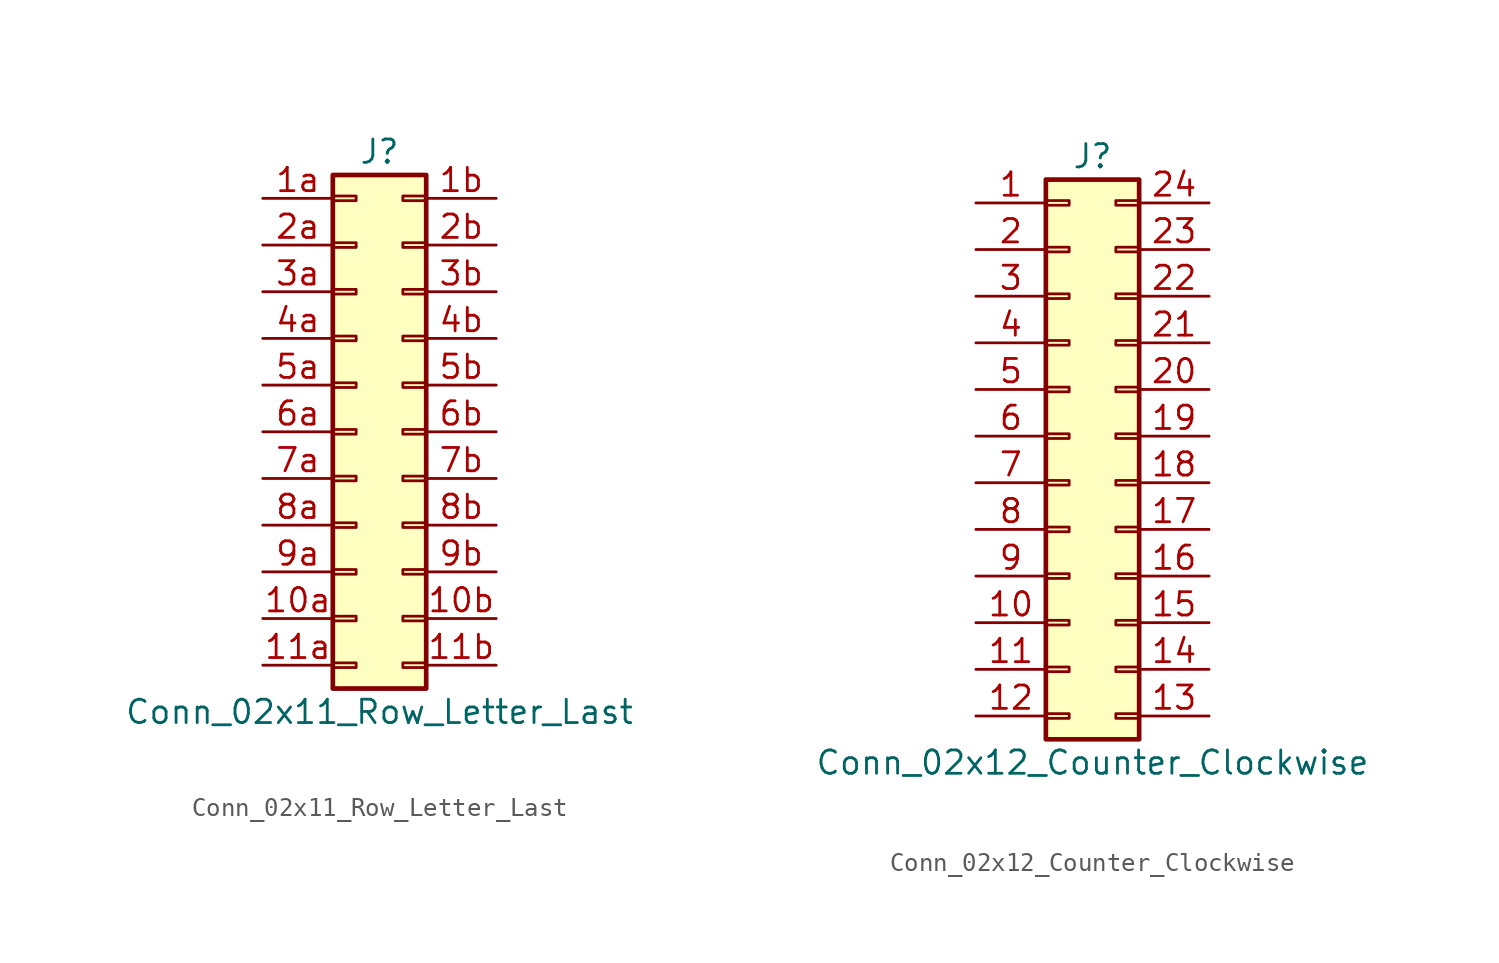
<source format=kicad_sym>
(kicad_symbol_lib
  (version 20211014)
  (generator kicad_symbol_editor)
  (symbol "Conn_02x11_Row_Letter_Last"
    (pin_names
      (offset 1.016) hide)
    (property "Reference" "J"
      (at 1.27 15.24 0)
      (effects (font (size 1.27 1.27))))
    (property "Value" "Conn_02x11_Row_Letter_Last"
      (at 1.27 -15.24 0)
      (effects (font (size 1.27 1.27))))
    (symbol "Conn_02x11_Row_Letter_Last_1_1"
      (rectangle (start -1.27 -12.573) (end 0 -12.827) (stroke (width 0.152) (type default) (color 0 0 0 0)) (fill (type none)))
      (rectangle (start -1.27 -10.033) (end 0 -10.287) (stroke (width 0.152) (type default) (color 0 0 0 0)) (fill (type none)))
      (rectangle (start -1.27 -7.493) (end 0 -7.747) (stroke (width 0.152) (type default) (color 0 0 0 0)) (fill (type none)))
      (rectangle (start -1.27 -4.953) (end 0 -5.207) (stroke (width 0.152) (type default) (color 0 0 0 0)) (fill (type none)))
      (rectangle (start -1.27 -2.413) (end 0 -2.667) (stroke (width 0.152) (type default) (color 0 0 0 0)) (fill (type none)))
      (rectangle (start -1.27 0.127) (end 0 -0.127) (stroke (width 0.152) (type default) (color 0 0 0 0)) (fill (type none)))
      (rectangle (start -1.27 2.667) (end 0 2.413) (stroke (width 0.152) (type default) (color 0 0 0 0)) (fill (type none)))
      (rectangle (start -1.27 5.207) (end 0 4.953) (stroke (width 0.152) (type default) (color 0 0 0 0)) (fill (type none)))
      (rectangle (start -1.27 7.747) (end 0 7.493) (stroke (width 0.152) (type default) (color 0 0 0 0)) (fill (type none)))
      (rectangle (start -1.27 10.287) (end 0 10.033) (stroke (width 0.152) (type default) (color 0 0 0 0)) (fill (type none)))
      (rectangle (start -1.27 12.827) (end 0 12.573) (stroke (width 0.152) (type default) (color 0 0 0 0)) (fill (type none)))
      (rectangle (start -1.27 13.97) (end 3.81 -13.97) (stroke (width 0.254) (type default) (color 0 0 0 0)) (fill (type background)))
      (rectangle (start 3.81 -12.573) (end 2.54 -12.827) (stroke (width 0.152) (type default) (color 0 0 0 0)) (fill (type none)))
      (rectangle (start 3.81 -10.033) (end 2.54 -10.287) (stroke (width 0.152) (type default) (color 0 0 0 0)) (fill (type none)))
      (rectangle (start 3.81 -7.493) (end 2.54 -7.747) (stroke (width 0.152) (type default) (color 0 0 0 0)) (fill (type none)))
      (rectangle (start 3.81 -4.953) (end 2.54 -5.207) (stroke (width 0.152) (type default) (color 0 0 0 0)) (fill (type none)))
      (rectangle (start 3.81 -2.413) (end 2.54 -2.667) (stroke (width 0.152) (type default) (color 0 0 0 0)) (fill (type none)))
      (rectangle (start 3.81 0.127) (end 2.54 -0.127) (stroke (width 0.152) (type default) (color 0 0 0 0)) (fill (type none)))
      (rectangle (start 3.81 2.667) (end 2.54 2.413) (stroke (width 0.152) (type default) (color 0 0 0 0)) (fill (type none)))
      (rectangle (start 3.81 5.207) (end 2.54 4.953) (stroke (width 0.152) (type default) (color 0 0 0 0)) (fill (type none)))
      (rectangle (start 3.81 7.747) (end 2.54 7.493) (stroke (width 0.152) (type default) (color 0 0 0 0)) (fill (type none)))
      (rectangle (start 3.81 10.287) (end 2.54 10.033) (stroke (width 0.152) (type default) (color 0 0 0 0)) (fill (type none)))
      (rectangle (start 3.81 12.827) (end 2.54 12.573) (stroke (width 0.152) (type default) (color 0 0 0 0)) (fill (type none)))
      (pin passive line (at -5.08 -10.16 0) (length 3.81) (name "Pin_10a" (effects (font (size 1.27 1.27)))) (number "10a" (effects (font (size 1.27 1.27)))))
      (pin passive line (at 7.62 -10.16 180) (length 3.81) (name "Pin_10b" (effects (font (size 1.27 1.27)))) (number "10b" (effects (font (size 1.27 1.27)))))
      (pin passive line (at -5.08 -12.7 0) (length 3.81) (name "Pin_11a" (effects (font (size 1.27 1.27)))) (number "11a" (effects (font (size 1.27 1.27)))))
      (pin passive line (at 7.62 -12.7 180) (length 3.81) (name "Pin_11b" (effects (font (size 1.27 1.27)))) (number "11b" (effects (font (size 1.27 1.27)))))
      (pin passive line (at -5.08 12.7 0) (length 3.81) (name "Pin_1a" (effects (font (size 1.27 1.27)))) (number "1a" (effects (font (size 1.27 1.27)))))
      (pin passive line (at 7.62 12.7 180) (length 3.81) (name "Pin_1b" (effects (font (size 1.27 1.27)))) (number "1b" (effects (font (size 1.27 1.27)))))
      (pin passive line (at -5.08 10.16 0) (length 3.81) (name "Pin_2a" (effects (font (size 1.27 1.27)))) (number "2a" (effects (font (size 1.27 1.27)))))
      (pin passive line (at 7.62 10.16 180) (length 3.81) (name "Pin_2b" (effects (font (size 1.27 1.27)))) (number "2b" (effects (font (size 1.27 1.27)))))
      (pin passive line (at -5.08 7.62 0) (length 3.81) (name "Pin_3a" (effects (font (size 1.27 1.27)))) (number "3a" (effects (font (size 1.27 1.27)))))
      (pin passive line (at 7.62 7.62 180) (length 3.81) (name "Pin_3b" (effects (font (size 1.27 1.27)))) (number "3b" (effects (font (size 1.27 1.27)))))
      (pin passive line (at -5.08 5.08 0) (length 3.81) (name "Pin_4a" (effects (font (size 1.27 1.27)))) (number "4a" (effects (font (size 1.27 1.27)))))
      (pin passive line (at 7.62 5.08 180) (length 3.81) (name "Pin_4b" (effects (font (size 1.27 1.27)))) (number "4b" (effects (font (size 1.27 1.27)))))
      (pin passive line (at -5.08 2.54 0) (length 3.81) (name "Pin_5a" (effects (font (size 1.27 1.27)))) (number "5a" (effects (font (size 1.27 1.27)))))
      (pin passive line (at 7.62 2.54 180) (length 3.81) (name "Pin_5b" (effects (font (size 1.27 1.27)))) (number "5b" (effects (font (size 1.27 1.27)))))
      (pin passive line (at -5.08 0 0) (length 3.81) (name "Pin_6a" (effects (font (size 1.27 1.27)))) (number "6a" (effects (font (size 1.27 1.27)))))
      (pin passive line (at 7.62 0 180) (length 3.81) (name "Pin_6b" (effects (font (size 1.27 1.27)))) (number "6b" (effects (font (size 1.27 1.27)))))
      (pin passive line (at -5.08 -2.54 0) (length 3.81) (name "Pin_7a" (effects (font (size 1.27 1.27)))) (number "7a" (effects (font (size 1.27 1.27)))))
      (pin passive line (at 7.62 -2.54 180) (length 3.81) (name "Pin_7b" (effects (font (size 1.27 1.27)))) (number "7b" (effects (font (size 1.27 1.27)))))
      (pin passive line (at -5.08 -5.08 0) (length 3.81) (name "Pin_8a" (effects (font (size 1.27 1.27)))) (number "8a" (effects (font (size 1.27 1.27)))))
      (pin passive line (at 7.62 -5.08 180) (length 3.81) (name "Pin_8b" (effects (font (size 1.27 1.27)))) (number "8b" (effects (font (size 1.27 1.27)))))
      (pin passive line (at -5.08 -7.62 0) (length 3.81) (name "Pin_9a" (effects (font (size 1.27 1.27)))) (number "9a" (effects (font (size 1.27 1.27)))))
      (pin passive line (at 7.62 -7.62 180) (length 3.81) (name "Pin_9b" (effects (font (size 1.27 1.27)))) (number "9b" (effects (font (size 1.27 1.27)))))))
  (symbol "Conn_02x12_Counter_Clockwise"
    (pin_names
      (offset 1.016) hide)
    (property "Reference" "J"
      (at 1.27 15.24 0)
      (effects (font (size 1.27 1.27))))
    (property "Value" "Conn_02x12_Counter_Clockwise"
      (at 1.27 -17.78 0)
      (effects (font (size 1.27 1.27))))
    (symbol "Conn_02x12_Counter_Clockwise_1_1"
      (rectangle (start -1.27 -15.113) (end 0 -15.367) (stroke (width 0.152) (type default) (color 0 0 0 0)) (fill (type none)))
      (rectangle (start -1.27 -12.573) (end 0 -12.827) (stroke (width 0.152) (type default) (color 0 0 0 0)) (fill (type none)))
      (rectangle (start -1.27 -10.033) (end 0 -10.287) (stroke (width 0.152) (type default) (color 0 0 0 0)) (fill (type none)))
      (rectangle (start -1.27 -7.493) (end 0 -7.747) (stroke (width 0.152) (type default) (color 0 0 0 0)) (fill (type none)))
      (rectangle (start -1.27 -4.953) (end 0 -5.207) (stroke (width 0.152) (type default) (color 0 0 0 0)) (fill (type none)))
      (rectangle (start -1.27 -2.413) (end 0 -2.667) (stroke (width 0.152) (type default) (color 0 0 0 0)) (fill (type none)))
      (rectangle (start -1.27 0.127) (end 0 -0.127) (stroke (width 0.152) (type default) (color 0 0 0 0)) (fill (type none)))
      (rectangle (start -1.27 2.667) (end 0 2.413) (stroke (width 0.152) (type default) (color 0 0 0 0)) (fill (type none)))
      (rectangle (start -1.27 5.207) (end 0 4.953) (stroke (width 0.152) (type default) (color 0 0 0 0)) (fill (type none)))
      (rectangle (start -1.27 7.747) (end 0 7.493) (stroke (width 0.152) (type default) (color 0 0 0 0)) (fill (type none)))
      (rectangle (start -1.27 10.287) (end 0 10.033) (stroke (width 0.152) (type default) (color 0 0 0 0)) (fill (type none)))
      (rectangle (start -1.27 12.827) (end 0 12.573) (stroke (width 0.152) (type default) (color 0 0 0 0)) (fill (type none)))
      (rectangle (start -1.27 13.97) (end 3.81 -16.51) (stroke (width 0.254) (type default) (color 0 0 0 0)) (fill (type background)))
      (rectangle (start 3.81 -15.113) (end 2.54 -15.367) (stroke (width 0.152) (type default) (color 0 0 0 0)) (fill (type none)))
      (rectangle (start 3.81 -12.573) (end 2.54 -12.827) (stroke (width 0.152) (type default) (color 0 0 0 0)) (fill (type none)))
      (rectangle (start 3.81 -10.033) (end 2.54 -10.287) (stroke (width 0.152) (type default) (color 0 0 0 0)) (fill (type none)))
      (rectangle (start 3.81 -7.493) (end 2.54 -7.747) (stroke (width 0.152) (type default) (color 0 0 0 0)) (fill (type none)))
      (rectangle (start 3.81 -4.953) (end 2.54 -5.207) (stroke (width 0.152) (type default) (color 0 0 0 0)) (fill (type none)))
      (rectangle (start 3.81 -2.413) (end 2.54 -2.667) (stroke (width 0.152) (type default) (color 0 0 0 0)) (fill (type none)))
      (rectangle (start 3.81 0.127) (end 2.54 -0.127) (stroke (width 0.152) (type default) (color 0 0 0 0)) (fill (type none)))
      (rectangle (start 3.81 2.667) (end 2.54 2.413) (stroke (width 0.152) (type default) (color 0 0 0 0)) (fill (type none)))
      (rectangle (start 3.81 5.207) (end 2.54 4.953) (stroke (width 0.152) (type default) (color 0 0 0 0)) (fill (type none)))
      (rectangle (start 3.81 7.747) (end 2.54 7.493) (stroke (width 0.152) (type default) (color 0 0 0 0)) (fill (type none)))
      (rectangle (start 3.81 10.287) (end 2.54 10.033) (stroke (width 0.152) (type default) (color 0 0 0 0)) (fill (type none)))
      (rectangle (start 3.81 12.827) (end 2.54 12.573) (stroke (width 0.152) (type default) (color 0 0 0 0)) (fill (type none)))
      (pin passive line (at -5.08 12.7 0) (length 3.81) (name "Pin_1" (effects (font (size 1.27 1.27)))) (number "1" (effects (font (size 1.27 1.27)))))
      (pin passive line (at -5.08 -10.16 0) (length 3.81) (name "Pin_10" (effects (font (size 1.27 1.27)))) (number "10" (effects (font (size 1.27 1.27)))))
      (pin passive line (at -5.08 -12.7 0) (length 3.81) (name "Pin_11" (effects (font (size 1.27 1.27)))) (number "11" (effects (font (size 1.27 1.27)))))
      (pin passive line (at -5.08 -15.24 0) (length 3.81) (name "Pin_12" (effects (font (size 1.27 1.27)))) (number "12" (effects (font (size 1.27 1.27)))))
      (pin passive line (at 7.62 -15.24 180) (length 3.81) (name "Pin_13" (effects (font (size 1.27 1.27)))) (number "13" (effects (font (size 1.27 1.27)))))
      (pin passive line (at 7.62 -12.7 180) (length 3.81) (name "Pin_14" (effects (font (size 1.27 1.27)))) (number "14" (effects (font (size 1.27 1.27)))))
      (pin passive line (at 7.62 -10.16 180) (length 3.81) (name "Pin_15" (effects (font (size 1.27 1.27)))) (number "15" (effects (font (size 1.27 1.27)))))
      (pin passive line (at 7.62 -7.62 180) (length 3.81) (name "Pin_16" (effects (font (size 1.27 1.27)))) (number "16" (effects (font (size 1.27 1.27)))))
      (pin passive line (at 7.62 -5.08 180) (length 3.81) (name "Pin_17" (effects (font (size 1.27 1.27)))) (number "17" (effects (font (size 1.27 1.27)))))
      (pin passive line (at 7.62 -2.54 180) (length 3.81) (name "Pin_18" (effects (font (size 1.27 1.27)))) (number "18" (effects (font (size 1.27 1.27)))))
      (pin passive line (at 7.62 0 180) (length 3.81) (name "Pin_19" (effects (font (size 1.27 1.27)))) (number "19" (effects (font (size 1.27 1.27)))))
      (pin passive line (at -5.08 10.16 0) (length 3.81) (name "Pin_2" (effects (font (size 1.27 1.27)))) (number "2" (effects (font (size 1.27 1.27)))))
      (pin passive line (at 7.62 2.54 180) (length 3.81) (name "Pin_20" (effects (font (size 1.27 1.27)))) (number "20" (effects (font (size 1.27 1.27)))))
      (pin passive line (at 7.62 5.08 180) (length 3.81) (name "Pin_21" (effects (font (size 1.27 1.27)))) (number "21" (effects (font (size 1.27 1.27)))))
      (pin passive line (at 7.62 7.62 180) (length 3.81) (name "Pin_22" (effects (font (size 1.27 1.27)))) (number "22" (effects (font (size 1.27 1.27)))))
      (pin passive line (at 7.62 10.16 180) (length 3.81) (name "Pin_23" (effects (font (size 1.27 1.27)))) (number "23" (effects (font (size 1.27 1.27)))))
      (pin passive line (at 7.62 12.7 180) (length 3.81) (name "Pin_24" (effects (font (size 1.27 1.27)))) (number "24" (effects (font (size 1.27 1.27)))))
      (pin passive line (at -5.08 7.62 0) (length 3.81) (name "Pin_3" (effects (font (size 1.27 1.27)))) (number "3" (effects (font (size 1.27 1.27)))))
      (pin passive line (at -5.08 5.08 0) (length 3.81) (name "Pin_4" (effects (font (size 1.27 1.27)))) (number "4" (effects (font (size 1.27 1.27)))))
      (pin passive line (at -5.08 2.54 0) (length 3.81) (name "Pin_5" (effects (font (size 1.27 1.27)))) (number "5" (effects (font (size 1.27 1.27)))))
      (pin passive line (at -5.08 0 0) (length 3.81) (name "Pin_6" (effects (font (size 1.27 1.27)))) (number "6" (effects (font (size 1.27 1.27)))))
      (pin passive line (at -5.08 -2.54 0) (length 3.81) (name "Pin_7" (effects (font (size 1.27 1.27)))) (number "7" (effects (font (size 1.27 1.27)))))
      (pin passive line (at -5.08 -5.08 0) (length 3.81) (name "Pin_8" (effects (font (size 1.27 1.27)))) (number "8" (effects (font (size 1.27 1.27)))))
      (pin passive line (at -5.08 -7.62 0) (length 3.81) (name "Pin_9" (effects (font (size 1.27 1.27)))) (number "9" (effects (font (size 1.27 1.27))))))))
</source>
